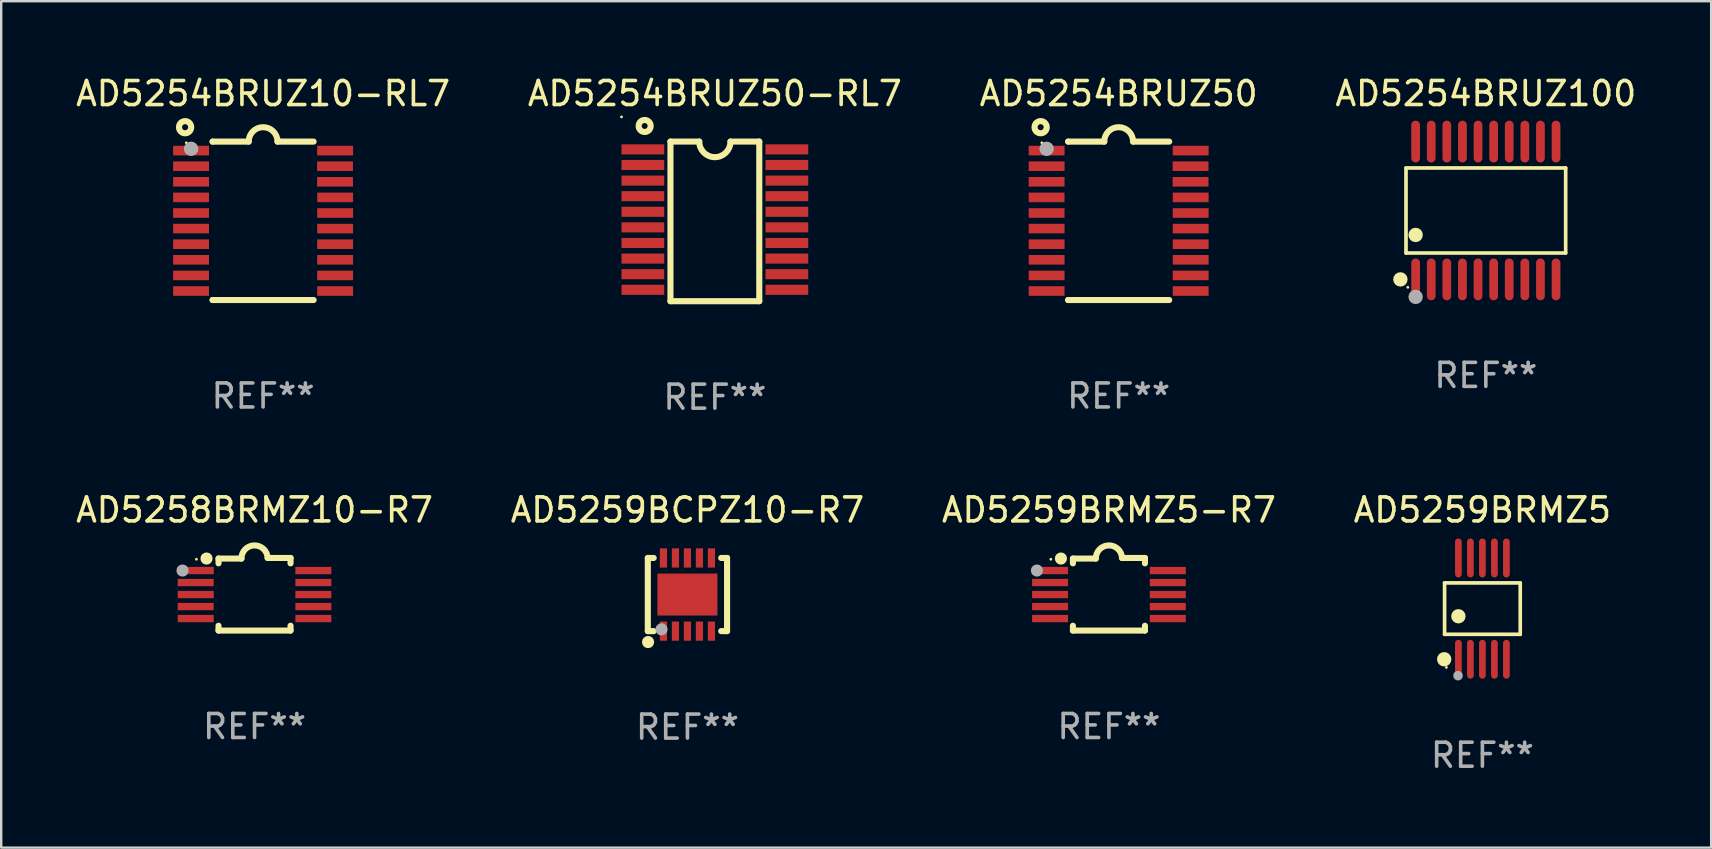
<source format=kicad_pcb>
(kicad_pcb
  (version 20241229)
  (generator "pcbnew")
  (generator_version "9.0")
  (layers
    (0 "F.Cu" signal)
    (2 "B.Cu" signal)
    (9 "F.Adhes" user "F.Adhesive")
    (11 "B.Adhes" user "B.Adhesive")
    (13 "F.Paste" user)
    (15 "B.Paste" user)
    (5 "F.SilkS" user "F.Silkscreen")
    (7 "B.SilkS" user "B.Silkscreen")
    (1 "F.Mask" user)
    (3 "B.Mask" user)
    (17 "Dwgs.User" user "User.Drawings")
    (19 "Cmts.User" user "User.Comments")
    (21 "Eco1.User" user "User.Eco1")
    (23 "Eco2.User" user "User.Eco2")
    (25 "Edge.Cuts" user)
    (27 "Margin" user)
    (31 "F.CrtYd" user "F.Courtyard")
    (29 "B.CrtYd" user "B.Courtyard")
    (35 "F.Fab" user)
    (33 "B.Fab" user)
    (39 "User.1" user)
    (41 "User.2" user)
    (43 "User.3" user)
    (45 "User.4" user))
  (footprint "AD5258BRMZ10-R7"
    (layer "F.Cu")
    (at 7.554 21.707)
    (property "Reference" "AD5258BRMZ10-R7" (at 0 -3.512 0) (layer "F.SilkS") (effects (font (size 1 1) (thickness 0.15))))
    (attr through_hole)
    (fp_line (start -1.5 -1.288) (end -1.5 -1.487) (stroke (width 0.254) (type solid)) (layer "F.SilkS"))
    (fp_line (start -1.5 1.512) (end -1.5 1.312) (stroke (width 0.254) (type solid)) (layer "F.SilkS"))
    (fp_line (start -0.546 -1.487) (end -1.5 -1.487) (stroke (width 0.254) (type solid)) (layer "F.SilkS"))
    (fp_line (start 1.5 -1.512) (end 0.546 -1.512) (stroke (width 0.254) (type solid)) (layer "F.SilkS"))
    (fp_line (start 1.5 -1.288) (end 1.5 -1.512) (stroke (width 0.254) (type solid)) (layer "F.SilkS"))
    (fp_line (start 1.5 1.512) (end -1.5 1.512) (stroke (width 0.254) (type solid)) (layer "F.SilkS"))
    (fp_line (start 1.5 1.512) (end 1.5 1.312) (stroke (width 0.254) (type solid)) (layer "F.SilkS"))
    (fp_arc (start -0.546151 -1.486601) (mid -0.01246 -2.032889) (end 0.54605 -1.512002) (stroke (width 0.254001) (type solid)) (layer "F.SilkS"))
    (fp_circle (center -2.42 -1.458) (end -2.39 -1.458) (stroke (width 0.06) (type solid)) (fill no) (layer "F.SilkS"))
    (fp_circle (center -2 -1.488) (end -1.873 -1.488) (stroke (width 0.254) (type solid)) (fill no) (layer "F.SilkS"))
    (fp_circle (center -3 -0.988) (end -2.873 -0.988) (stroke (width 0.254) (type solid)) (fill no) (layer "F.Fab"))
    (fp_text user "REF**" (at 0 5.512 0) (layer "F.Fab") (effects (font (size 1 1) (thickness 0.15))))
    (pad "1" smd rect (at -2.451 -0.988) (size 1.5 0.305) (layers "F.Cu" "F.Mask" "F.Paste"))
    (pad "2" smd rect (at -2.451 -0.488) (size 1.5 0.305) (layers "F.Cu" "F.Mask" "F.Paste"))
    (pad "3" smd rect (at -2.451 0.012) (size 1.5 0.305) (layers "F.Cu" "F.Mask" "F.Paste"))
    (pad "4" smd rect (at -2.451 0.512) (size 1.5 0.305) (layers "F.Cu" "F.Mask" "F.Paste"))
    (pad "5" smd rect (at -2.451 1.012) (size 1.5 0.305) (layers "F.Cu" "F.Mask" "F.Paste"))
    (pad "6" smd rect (at 2.451 1.012) (size 1.5 0.305) (layers "F.Cu" "F.Mask" "F.Paste"))
    (pad "7" smd rect (at 2.451 0.512) (size 1.5 0.305) (layers "F.Cu" "F.Mask" "F.Paste"))
    (pad "8" smd rect (at 2.451 0.012) (size 1.5 0.305) (layers "F.Cu" "F.Mask" "F.Paste"))
    (pad "9" smd rect (at 2.451 -0.488) (size 1.5 0.305) (layers "F.Cu" "F.Mask" "F.Paste"))
    (pad "10" smd rect (at 2.451 -0.988) (size 1.5 0.305) (layers "F.Cu" "F.Mask" "F.Paste")))
  (footprint "AD5254BRUZ50-RL7"
    (layer "F.Cu")
    (at 26.732 6.173)
    (property "Reference" "AD5254BRUZ50-RL7" (at 0 -5.325 0) (layer "F.SilkS") (effects (font (size 1 1) (thickness 0.15))))
    (attr through_hole)
    (fp_line (start -1.85 -3.325) (end -0.65 -3.325) (stroke (width 0.254) (type solid)) (layer "F.SilkS"))
    (fp_line (start -1.85 3.325) (end -1.85 -3.325) (stroke (width 0.254) (type solid)) (layer "F.SilkS"))
    (fp_line (start 1.85 -3.325) (end 0.65 -3.325) (stroke (width 0.254) (type solid)) (layer "F.SilkS"))
    (fp_line (start 1.85 3.325) (end -1.85 3.325) (stroke (width 0.254) (type solid)) (layer "F.SilkS"))
    (fp_line (start 1.85 3.325) (end 1.85 -3.325) (stroke (width 0.254) (type solid)) (layer "F.SilkS"))
    (fp_arc (start 0.649987 -3.324981) (mid -0.000736 -2.676087) (end -0.65024 -3.326201) (stroke (width 0.254001) (type solid)) (layer "F.SilkS"))
    (fp_circle (center -3.89 -4.352) (end -3.86 -4.352) (stroke (width 0.06) (type solid)) (fill no) (layer "F.SilkS"))
    (fp_circle (center -2.925 -3.975) (end -2.675 -3.975) (stroke (width 0.254) (type solid)) (fill no) (layer "F.SilkS"))
    (fp_text user "REF**" (at 0 7.325 0) (layer "F.Fab") (effects (font (size 1 1) (thickness 0.15))))
    (pad "1" smd rect (at -3 -3) (size 1.78 0.42) (layers "F.Cu" "F.Mask" "F.Paste"))
    (pad "2" smd rect (at -3 -2.35) (size 1.78 0.42) (layers "F.Cu" "F.Mask" "F.Paste"))
    (pad "3" smd rect (at -3 -1.7) (size 1.78 0.42) (layers "F.Cu" "F.Mask" "F.Paste"))
    (pad "4" smd rect (at -3 -1.05) (size 1.78 0.42) (layers "F.Cu" "F.Mask" "F.Paste"))
    (pad "5" smd rect (at -3 -0.4) (size 1.78 0.42) (layers "F.Cu" "F.Mask" "F.Paste"))
    (pad "6" smd rect (at -3 0.25) (size 1.78 0.42) (layers "F.Cu" "F.Mask" "F.Paste"))
    (pad "7" smd rect (at -3 0.9) (size 1.78 0.42) (layers "F.Cu" "F.Mask" "F.Paste"))
    (pad "8" smd rect (at -3 1.55) (size 1.78 0.42) (layers "F.Cu" "F.Mask" "F.Paste"))
    (pad "9" smd rect (at -3 2.2) (size 1.78 0.42) (layers "F.Cu" "F.Mask" "F.Paste"))
    (pad "10" smd rect (at -3 2.85) (size 1.78 0.42) (layers "F.Cu" "F.Mask" "F.Paste"))
    (pad "11" smd rect (at 3 2.85) (size 1.78 0.42) (layers "F.Cu" "F.Mask" "F.Paste"))
    (pad "12" smd rect (at 3 2.2) (size 1.78 0.42) (layers "F.Cu" "F.Mask" "F.Paste"))
    (pad "13" smd rect (at 3 1.55) (size 1.78 0.42) (layers "F.Cu" "F.Mask" "F.Paste"))
    (pad "14" smd rect (at 3 0.9) (size 1.78 0.42) (layers "F.Cu" "F.Mask" "F.Paste"))
    (pad "15" smd rect (at 3 0.25) (size 1.78 0.42) (layers "F.Cu" "F.Mask" "F.Paste"))
    (pad "16" smd rect (at 3 -0.4) (size 1.78 0.42) (layers "F.Cu" "F.Mask" "F.Paste"))
    (pad "17" smd rect (at 3 -1.05) (size 1.78 0.42) (layers "F.Cu" "F.Mask" "F.Paste"))
    (pad "18" smd rect (at 3 -1.7) (size 1.78 0.42) (layers "F.Cu" "F.Mask" "F.Paste"))
    (pad "19" smd rect (at 3 -2.35) (size 1.78 0.42) (layers "F.Cu" "F.Mask" "F.Paste"))
    (pad "20" smd rect (at 3 -3) (size 1.78 0.42) (layers "F.Cu" "F.Mask" "F.Paste")))
  (footprint "AD5259BCPZ10-R7"
    (layer "F.Cu")
    (at 25.589 21.719)
    (property "Reference" "AD5259BCPZ10-R7" (at 0 -3.524 0) (layer "F.SilkS") (effects (font (size 1 1) (thickness 0.15))))
    (attr through_hole)
    (fp_line (start -1.651 -1.524) (end -1.651 1.524) (stroke (width 0.254) (type solid)) (layer "F.SilkS"))
    (fp_line (start -1.651 1.524) (end -1.406 1.524) (stroke (width 0.254) (type solid)) (layer "F.SilkS"))
    (fp_line (start -1.406 -1.524) (end -1.651 -1.524) (stroke (width 0.254) (type solid)) (layer "F.SilkS"))
    (fp_line (start 1.406 1.524) (end 1.651 1.524) (stroke (width 0.254) (type solid)) (layer "F.SilkS"))
    (fp_line (start 1.651 -1.524) (end 1.406 -1.524) (stroke (width 0.254) (type solid)) (layer "F.SilkS"))
    (fp_line (start 1.651 1.524) (end 1.651 -1.524) (stroke (width 0.254) (type solid)) (layer "F.SilkS"))
    (fp_circle (center -1.64 1.98) (end -1.513 1.98) (stroke (width 0.254) (type solid)) (fill no) (layer "F.SilkS"))
    (fp_circle (center -1.5 1.5) (end -1.47 1.5) (stroke (width 0.06) (type solid)) (fill no) (layer "F.SilkS"))
    (fp_circle (center -1.08 1.45) (end -0.953 1.45) (stroke (width 0.254) (type solid)) (fill no) (layer "F.Fab"))
    (fp_text user "REF**" (at 0 5.524 0) (layer "F.Fab") (effects (font (size 1 1) (thickness 0.15))))
    (pad "1" smd rect (at -1 1.524) (size 0.3 0.8) (layers "F.Cu" "F.Mask" "F.Paste"))
    (pad "2" smd rect (at -0.5 1.524) (size 0.3 0.8) (layers "F.Cu" "F.Mask" "F.Paste"))
    (pad "3" smd rect (at 0 1.524) (size 0.3 0.8) (layers "F.Cu" "F.Mask" "F.Paste"))
    (pad "4" smd rect (at 0.5 1.524) (size 0.3 0.8) (layers "F.Cu" "F.Mask" "F.Paste"))
    (pad "5" smd rect (at 1 1.524) (size 0.3 0.8) (layers "F.Cu" "F.Mask" "F.Paste"))
    (pad "6" smd rect (at 1 -1.524) (size 0.3 0.8) (layers "F.Cu" "F.Mask" "F.Paste"))
    (pad "7" smd rect (at 0.5 -1.524) (size 0.3 0.8) (layers "F.Cu" "F.Mask" "F.Paste"))
    (pad "8" smd rect (at 0 -1.524) (size 0.3 0.8) (layers "F.Cu" "F.Mask" "F.Paste"))
    (pad "9" smd rect (at -0.5 -1.524) (size 0.3 0.8) (layers "F.Cu" "F.Mask" "F.Paste"))
    (pad "10" smd rect (at -1 -1.524) (size 0.3 0.8) (layers "F.Cu" "F.Mask" "F.Paste"))
    (pad "11" smd rect (at 0 0) (size 2.5 1.75) (layers "F.Cu" "F.Mask" "F.Paste")))
  (footprint "AD5259BRMZ5"
    (layer "F.Cu")
    (at 58.708 22.305)
    (property "Reference" "AD5259BRMZ5" (at 0 -4.11 0) (layer "F.SilkS") (effects (font (size 1 1) (thickness 0.15))))
    (attr through_hole)
    (fp_line (start -1.576 -1.071) (end 1.576 -1.071) (stroke (width 0.152) (type solid)) (layer "F.SilkS"))
    (fp_line (start -1.576 1.071) (end -1.576 -1.071) (stroke (width 0.152) (type solid)) (layer "F.SilkS"))
    (fp_line (start 1.576 -1.071) (end 1.576 1.071) (stroke (width 0.152) (type solid)) (layer "F.SilkS"))
    (fp_line (start 1.576 1.071) (end -1.576 1.071) (stroke (width 0.152) (type solid)) (layer "F.SilkS"))
    (fp_circle (center -1.592 2.11) (end -1.442 2.11) (stroke (width 0.3) (type solid)) (fill no) (layer "F.SilkS"))
    (fp_circle (center -1.5 2.45) (end -1.47 2.45) (stroke (width 0.06) (type solid)) (fill no) (layer "F.SilkS"))
    (fp_circle (center -1 0.319) (end -0.85 0.319) (stroke (width 0.3) (type solid)) (fill no) (layer "F.SilkS"))
    (fp_circle (center -1.016 2.794) (end -0.916 2.794) (stroke (width 0.2) (type solid)) (fill no) (layer "F.Fab"))
    (fp_text user "REF**" (at 0 6.11 0) (layer "F.Fab") (effects (font (size 1 1) (thickness 0.15))))
    (pad "1" smd oval (at -1 2.11) (size 0.28 1.62) (layers "F.Cu" "F.Mask" "F.Paste"))
    (pad "2" smd oval (at -0.5 2.11) (size 0.28 1.62) (layers "F.Cu" "F.Mask" "F.Paste"))
    (pad "3" smd oval (at 0 2.11) (size 0.28 1.62) (layers "F.Cu" "F.Mask" "F.Paste"))
    (pad "4" smd oval (at 0.5 2.11) (size 0.28 1.62) (layers "F.Cu" "F.Mask" "F.Paste"))
    (pad "5" smd oval (at 1 2.11) (size 0.28 1.62) (layers "F.Cu" "F.Mask" "F.Paste"))
    (pad "6" smd oval (at 1 -2.11) (size 0.28 1.62) (layers "F.Cu" "F.Mask" "F.Paste"))
    (pad "7" smd oval (at 0.5 -2.11) (size 0.28 1.62) (layers "F.Cu" "F.Mask" "F.Paste"))
    (pad "8" smd oval (at 0 -2.11) (size 0.28 1.62) (layers "F.Cu" "F.Mask" "F.Paste"))
    (pad "9" smd oval (at -0.5 -2.11) (size 0.28 1.62) (layers "F.Cu" "F.Mask" "F.Paste"))
    (pad "10" smd oval (at -1 -2.11) (size 0.28 1.62) (layers "F.Cu" "F.Mask" "F.Paste")))
  (footprint "AD5254BRUZ50"
    (layer "F.Cu")
    (at 43.554 6.149)
    (property "Reference" "AD5254BRUZ50" (at 0 -5.3 0) (layer "F.SilkS") (effects (font (size 1 1) (thickness 0.15))))
    (attr through_hole)
    (fp_line (start -2.105 -3.3) (end -2.105 -3.3) (stroke (width 0.254) (type solid)) (layer "F.SilkS"))
    (fp_line (start -2.105 -3.3) (end -0.6 -3.3) (stroke (width 0.254) (type solid)) (layer "F.SilkS"))
    (fp_line (start -2.105 3.3) (end -2.105 3.3) (stroke (width 0.254) (type solid)) (layer "F.SilkS"))
    (fp_line (start 0.6 -3.3) (end 2.105 -3.3) (stroke (width 0.254) (type solid)) (layer "F.SilkS"))
    (fp_line (start 2.105 3.3) (end -2.105 3.3) (stroke (width 0.254) (type solid)) (layer "F.SilkS"))
    (fp_arc (start -0.599924 -3.300026) (mid 0.000114 -3.897415) (end 0.600152 -3.300025) (stroke (width 0.254001) (type solid)) (layer "F.SilkS"))
    (fp_circle (center -3.25 -3.9) (end -2.996 -3.9) (stroke (width 0.254) (type solid)) (fill no) (layer "F.SilkS"))
    (fp_circle (center -3.2 -3.25) (end -3.17 -3.25) (stroke (width 0.06) (type solid)) (fill no) (layer "F.SilkS"))
    (fp_circle (center -3 -3) (end -2.85 -3) (stroke (width 0.3) (type solid)) (fill no) (layer "F.Fab"))
    (fp_text user "REF**" (at 0 7.3 0) (layer "F.Fab") (effects (font (size 1 1) (thickness 0.15))))
    (pad "1" smd rect (at -3.001 -2.925 270) (size 0.4 1.494) (layers "F.Cu" "F.Mask" "F.Paste"))
    (pad "2" smd rect (at -3.001 -2.275 270) (size 0.4 1.494) (layers "F.Cu" "F.Mask" "F.Paste"))
    (pad "3" smd rect (at -3.001 -1.625 270) (size 0.4 1.494) (layers "F.Cu" "F.Mask" "F.Paste"))
    (pad "4" smd rect (at -3.001 -0.975 270) (size 0.4 1.494) (layers "F.Cu" "F.Mask" "F.Paste"))
    (pad "5" smd rect (at -3.001 -0.325 270) (size 0.4 1.494) (layers "F.Cu" "F.Mask" "F.Paste"))
    (pad "6" smd rect (at -3.001 0.324 270) (size 0.4 1.494) (layers "F.Cu" "F.Mask" "F.Paste"))
    (pad "7" smd rect (at -3.001 0.975 270) (size 0.4 1.494) (layers "F.Cu" "F.Mask" "F.Paste"))
    (pad "8" smd rect (at -3.001 1.625 270) (size 0.4 1.494) (layers "F.Cu" "F.Mask" "F.Paste"))
    (pad "9" smd rect (at -3.001 2.275 270) (size 0.4 1.494) (layers "F.Cu" "F.Mask" "F.Paste"))
    (pad "10" smd rect (at -3.001 2.925 270) (size 0.4 1.494) (layers "F.Cu" "F.Mask" "F.Paste"))
    (pad "11" smd rect (at 3.001 2.925 270) (size 0.4 1.494) (layers "F.Cu" "F.Mask" "F.Paste"))
    (pad "12" smd rect (at 3.001 2.275 270) (size 0.4 1.494) (layers "F.Cu" "F.Mask" "F.Paste"))
    (pad "13" smd rect (at 3.001 1.625 270) (size 0.4 1.494) (layers "F.Cu" "F.Mask" "F.Paste"))
    (pad "14" smd rect (at 3.001 0.975 270) (size 0.4 1.494) (layers "F.Cu" "F.Mask" "F.Paste"))
    (pad "15" smd rect (at 3.001 0.325 270) (size 0.4 1.494) (layers "F.Cu" "F.Mask" "F.Paste"))
    (pad "16" smd rect (at 3.001 -0.325 270) (size 0.4 1.494) (layers "F.Cu" "F.Mask" "F.Paste"))
    (pad "17" smd rect (at 3.001 -0.975 270) (size 0.4 1.494) (layers "F.Cu" "F.Mask" "F.Paste"))
    (pad "18" smd rect (at 2.996 -1.625 270) (size 0.4 1.494) (layers "F.Cu" "F.Mask" "F.Paste"))
    (pad "19" smd rect (at 2.996 -2.275 270) (size 0.4 1.494) (layers "F.Cu" "F.Mask" "F.Paste"))
    (pad "20" smd rect (at 3.001 -2.925 270) (size 0.4 1.494) (layers "F.Cu" "F.Mask" "F.Paste")))
  (footprint "AD5254BRUZ10-RL7"
    (layer "F.Cu")
    (at 7.911 6.149)
    (property "Reference" "AD5254BRUZ10-RL7" (at 0 -5.3 0) (layer "F.SilkS") (effects (font (size 1 1) (thickness 0.15))))
    (attr through_hole)
    (fp_line (start -2.105 -3.3) (end -2.105 -3.3) (stroke (width 0.254) (type solid)) (layer "F.SilkS"))
    (fp_line (start -2.105 -3.3) (end -0.6 -3.3) (stroke (width 0.254) (type solid)) (layer "F.SilkS"))
    (fp_line (start -2.105 3.3) (end -2.105 3.3) (stroke (width 0.254) (type solid)) (layer "F.SilkS"))
    (fp_line (start 0.6 -3.3) (end 2.105 -3.3) (stroke (width 0.254) (type solid)) (layer "F.SilkS"))
    (fp_line (start 2.105 3.3) (end -2.105 3.3) (stroke (width 0.254) (type solid)) (layer "F.SilkS"))
    (fp_arc (start -0.599924 -3.300026) (mid 0.000114 -3.897415) (end 0.600152 -3.300025) (stroke (width 0.254001) (type solid)) (layer "F.SilkS"))
    (fp_circle (center -3.25 -3.9) (end -2.996 -3.9) (stroke (width 0.254) (type solid)) (fill no) (layer "F.SilkS"))
    (fp_circle (center -3.2 -3.25) (end -3.17 -3.25) (stroke (width 0.06) (type solid)) (fill no) (layer "F.SilkS"))
    (fp_circle (center -3 -3) (end -2.85 -3) (stroke (width 0.3) (type solid)) (fill no) (layer "F.Fab"))
    (fp_text user "REF**" (at 0 7.3 0) (layer "F.Fab") (effects (font (size 1 1) (thickness 0.15))))
    (pad "1" smd rect (at -3.001 -2.925 270) (size 0.4 1.494) (layers "F.Cu" "F.Mask" "F.Paste"))
    (pad "2" smd rect (at -3.001 -2.275 270) (size 0.4 1.494) (layers "F.Cu" "F.Mask" "F.Paste"))
    (pad "3" smd rect (at -3.001 -1.625 270) (size 0.4 1.494) (layers "F.Cu" "F.Mask" "F.Paste"))
    (pad "4" smd rect (at -3.001 -0.975 270) (size 0.4 1.494) (layers "F.Cu" "F.Mask" "F.Paste"))
    (pad "5" smd rect (at -3.001 -0.325 270) (size 0.4 1.494) (layers "F.Cu" "F.Mask" "F.Paste"))
    (pad "6" smd rect (at -3.001 0.324 270) (size 0.4 1.494) (layers "F.Cu" "F.Mask" "F.Paste"))
    (pad "7" smd rect (at -3.001 0.975 270) (size 0.4 1.494) (layers "F.Cu" "F.Mask" "F.Paste"))
    (pad "8" smd rect (at -3.001 1.625 270) (size 0.4 1.494) (layers "F.Cu" "F.Mask" "F.Paste"))
    (pad "9" smd rect (at -3.001 2.275 270) (size 0.4 1.494) (layers "F.Cu" "F.Mask" "F.Paste"))
    (pad "10" smd rect (at -3.001 2.925 270) (size 0.4 1.494) (layers "F.Cu" "F.Mask" "F.Paste"))
    (pad "11" smd rect (at 3.001 2.925 270) (size 0.4 1.494) (layers "F.Cu" "F.Mask" "F.Paste"))
    (pad "12" smd rect (at 3.001 2.275 270) (size 0.4 1.494) (layers "F.Cu" "F.Mask" "F.Paste"))
    (pad "13" smd rect (at 3.001 1.625 270) (size 0.4 1.494) (layers "F.Cu" "F.Mask" "F.Paste"))
    (pad "14" smd rect (at 3.001 0.975 270) (size 0.4 1.494) (layers "F.Cu" "F.Mask" "F.Paste"))
    (pad "15" smd rect (at 3.001 0.325 270) (size 0.4 1.494) (layers "F.Cu" "F.Mask" "F.Paste"))
    (pad "16" smd rect (at 3.001 -0.325 270) (size 0.4 1.494) (layers "F.Cu" "F.Mask" "F.Paste"))
    (pad "17" smd rect (at 3.001 -0.975 270) (size 0.4 1.494) (layers "F.Cu" "F.Mask" "F.Paste"))
    (pad "18" smd rect (at 2.996 -1.625 270) (size 0.4 1.494) (layers "F.Cu" "F.Mask" "F.Paste"))
    (pad "19" smd rect (at 2.996 -2.275 270) (size 0.4 1.494) (layers "F.Cu" "F.Mask" "F.Paste"))
    (pad "20" smd rect (at 3.001 -2.925 270) (size 0.4 1.494) (layers "F.Cu" "F.Mask" "F.Paste")))
  (footprint "AD5259BRMZ5-R7"
    (layer "F.Cu")
    (at 43.149 21.707)
    (property "Reference" "AD5259BRMZ5-R7" (at 0 -3.512 0) (layer "F.SilkS") (effects (font (size 1 1) (thickness 0.15))))
    (attr through_hole)
    (fp_line (start -1.5 -1.288) (end -1.5 -1.487) (stroke (width 0.254) (type solid)) (layer "F.SilkS"))
    (fp_line (start -1.5 1.512) (end -1.5 1.312) (stroke (width 0.254) (type solid)) (layer "F.SilkS"))
    (fp_line (start -0.546 -1.487) (end -1.5 -1.487) (stroke (width 0.254) (type solid)) (layer "F.SilkS"))
    (fp_line (start 1.5 -1.512) (end 0.546 -1.512) (stroke (width 0.254) (type solid)) (layer "F.SilkS"))
    (fp_line (start 1.5 -1.288) (end 1.5 -1.512) (stroke (width 0.254) (type solid)) (layer "F.SilkS"))
    (fp_line (start 1.5 1.512) (end -1.5 1.512) (stroke (width 0.254) (type solid)) (layer "F.SilkS"))
    (fp_line (start 1.5 1.512) (end 1.5 1.312) (stroke (width 0.254) (type solid)) (layer "F.SilkS"))
    (fp_arc (start -0.546151 -1.486601) (mid -0.01246 -2.032889) (end 0.54605 -1.512002) (stroke (width 0.254001) (type solid)) (layer "F.SilkS"))
    (fp_circle (center -2.42 -1.458) (end -2.39 -1.458) (stroke (width 0.06) (type solid)) (fill no) (layer "F.SilkS"))
    (fp_circle (center -2 -1.488) (end -1.873 -1.488) (stroke (width 0.254) (type solid)) (fill no) (layer "F.SilkS"))
    (fp_circle (center -3 -0.988) (end -2.873 -0.988) (stroke (width 0.254) (type solid)) (fill no) (layer "F.Fab"))
    (fp_text user "REF**" (at 0 5.512 0) (layer "F.Fab") (effects (font (size 1 1) (thickness 0.15))))
    (pad "1" smd rect (at -2.451 -0.988) (size 1.5 0.305) (layers "F.Cu" "F.Mask" "F.Paste"))
    (pad "2" smd rect (at -2.451 -0.488) (size 1.5 0.305) (layers "F.Cu" "F.Mask" "F.Paste"))
    (pad "3" smd rect (at -2.451 0.012) (size 1.5 0.305) (layers "F.Cu" "F.Mask" "F.Paste"))
    (pad "4" smd rect (at -2.451 0.512) (size 1.5 0.305) (layers "F.Cu" "F.Mask" "F.Paste"))
    (pad "5" smd rect (at -2.451 1.012) (size 1.5 0.305) (layers "F.Cu" "F.Mask" "F.Paste"))
    (pad "6" smd rect (at 2.451 1.012) (size 1.5 0.305) (layers "F.Cu" "F.Mask" "F.Paste"))
    (pad "7" smd rect (at 2.451 0.512) (size 1.5 0.305) (layers "F.Cu" "F.Mask" "F.Paste"))
    (pad "8" smd rect (at 2.451 0.012) (size 1.5 0.305) (layers "F.Cu" "F.Mask" "F.Paste"))
    (pad "9" smd rect (at 2.451 -0.488) (size 1.5 0.305) (layers "F.Cu" "F.Mask" "F.Paste"))
    (pad "10" smd rect (at 2.451 -0.988) (size 1.5 0.305) (layers "F.Cu" "F.Mask" "F.Paste")))
  (footprint "AD5254BRUZ100"
    (layer "F.Cu")
    (at 58.851 5.719)
    (property "Reference" "AD5254BRUZ100" (at 0 -4.871 0) (layer "F.SilkS") (effects (font (size 1 1) (thickness 0.15))))
    (attr through_hole)
    (fp_line (start -3.326 -1.771) (end 3.326 -1.771) (stroke (width 0.152) (type solid)) (layer "F.SilkS"))
    (fp_line (start -3.326 1.771) (end -3.326 -1.771) (stroke (width 0.152) (type solid)) (layer "F.SilkS"))
    (fp_line (start 3.326 -1.771) (end 3.326 1.771) (stroke (width 0.152) (type solid)) (layer "F.SilkS"))
    (fp_line (start 3.326 1.771) (end -3.326 1.771) (stroke (width 0.152) (type solid)) (layer "F.SilkS"))
    (fp_circle (center -3.559 2.871) (end -3.409 2.871) (stroke (width 0.3) (type solid)) (fill no) (layer "F.SilkS"))
    (fp_circle (center -3.25 3.2) (end -3.22 3.2) (stroke (width 0.06) (type solid)) (fill no) (layer "F.SilkS"))
    (fp_circle (center -2.925 1.019) (end -2.775 1.019) (stroke (width 0.3) (type solid)) (fill no) (layer "F.SilkS"))
    (fp_circle (center -2.925 3.6) (end -2.775 3.6) (stroke (width 0.3) (type solid)) (fill no) (layer "F.Fab"))
    (fp_text user "REF**" (at 0 6.871 0) (layer "F.Fab") (effects (font (size 1 1) (thickness 0.15))))
    (pad "1" smd oval (at -2.925 2.871) (size 0.364 1.742) (layers "F.Cu" "F.Mask" "F.Paste"))
    (pad "2" smd oval (at -2.275 2.871) (size 0.364 1.742) (layers "F.Cu" "F.Mask" "F.Paste"))
    (pad "3" smd oval (at -1.625 2.871) (size 0.364 1.742) (layers "F.Cu" "F.Mask" "F.Paste"))
    (pad "4" smd oval (at -0.975 2.871) (size 0.364 1.742) (layers "F.Cu" "F.Mask" "F.Paste"))
    (pad "5" smd oval (at -0.325 2.871) (size 0.364 1.742) (layers "F.Cu" "F.Mask" "F.Paste"))
    (pad "6" smd oval (at 0.325 2.871) (size 0.364 1.742) (layers "F.Cu" "F.Mask" "F.Paste"))
    (pad "7" smd oval (at 0.975 2.871) (size 0.364 1.742) (layers "F.Cu" "F.Mask" "F.Paste"))
    (pad "8" smd oval (at 1.625 2.871) (size 0.364 1.742) (layers "F.Cu" "F.Mask" "F.Paste"))
    (pad "9" smd oval (at 2.275 2.871) (size 0.364 1.742) (layers "F.Cu" "F.Mask" "F.Paste"))
    (pad "10" smd oval (at 2.925 2.871) (size 0.364 1.742) (layers "F.Cu" "F.Mask" "F.Paste"))
    (pad "11" smd oval (at 2.925 -2.871) (size 0.364 1.742) (layers "F.Cu" "F.Mask" "F.Paste"))
    (pad "12" smd oval (at 2.275 -2.871) (size 0.364 1.742) (layers "F.Cu" "F.Mask" "F.Paste"))
    (pad "13" smd oval (at 1.625 -2.871) (size 0.364 1.742) (layers "F.Cu" "F.Mask" "F.Paste"))
    (pad "14" smd oval (at 0.975 -2.871) (size 0.364 1.742) (layers "F.Cu" "F.Mask" "F.Paste"))
    (pad "15" smd oval (at 0.325 -2.871) (size 0.364 1.742) (layers "F.Cu" "F.Mask" "F.Paste"))
    (pad "16" smd oval (at -0.325 -2.871) (size 0.364 1.742) (layers "F.Cu" "F.Mask" "F.Paste"))
    (pad "17" smd oval (at -0.975 -2.871) (size 0.364 1.742) (layers "F.Cu" "F.Mask" "F.Paste"))
    (pad "18" smd oval (at -1.625 -2.871) (size 0.364 1.742) (layers "F.Cu" "F.Mask" "F.Paste"))
    (pad "19" smd oval (at -2.275 -2.871) (size 0.364 1.742) (layers "F.Cu" "F.Mask" "F.Paste"))
    (pad "20" smd oval (at -2.925 -2.871) (size 0.364 1.742) (layers "F.Cu" "F.Mask" "F.Paste")))
  (gr_rect
    (start -3 -3)
    (end 68.238 32.263)
    (stroke (width 0.1) (type default))
    (fill no)
    (layer "Edge.Cuts")))
</source>
